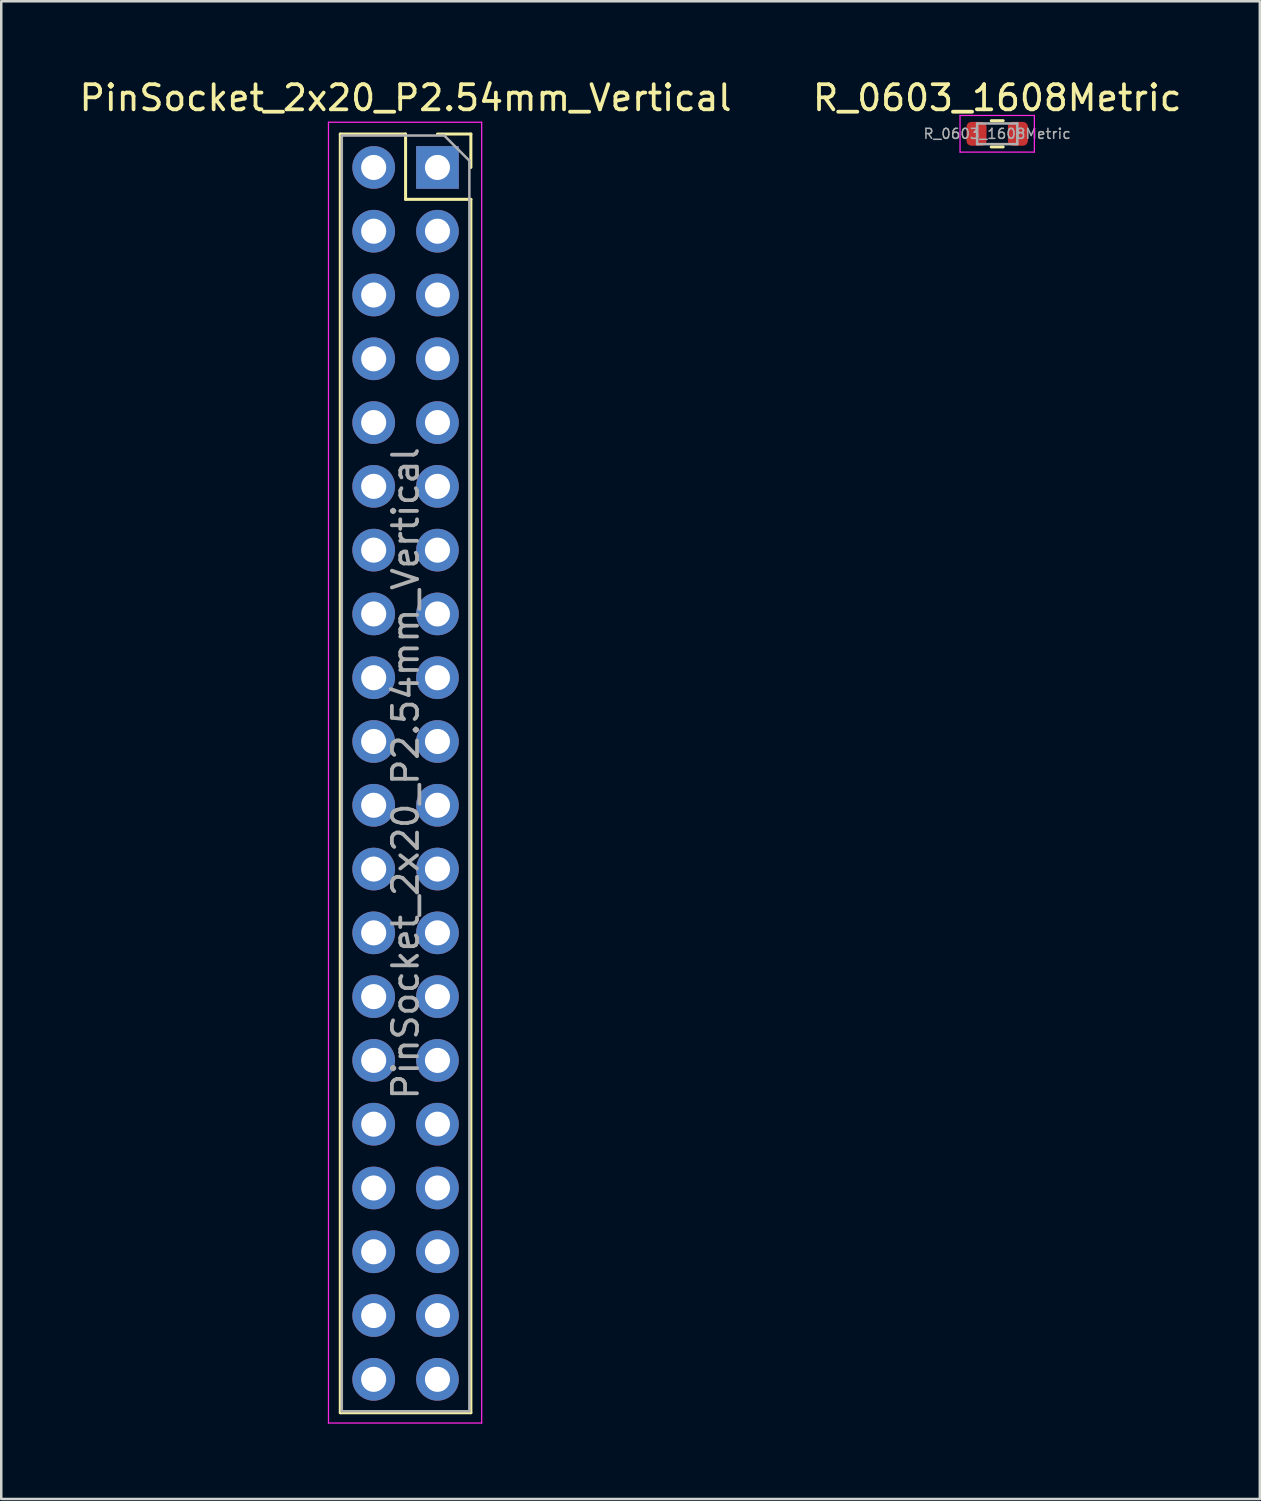
<source format=kicad_pcb>
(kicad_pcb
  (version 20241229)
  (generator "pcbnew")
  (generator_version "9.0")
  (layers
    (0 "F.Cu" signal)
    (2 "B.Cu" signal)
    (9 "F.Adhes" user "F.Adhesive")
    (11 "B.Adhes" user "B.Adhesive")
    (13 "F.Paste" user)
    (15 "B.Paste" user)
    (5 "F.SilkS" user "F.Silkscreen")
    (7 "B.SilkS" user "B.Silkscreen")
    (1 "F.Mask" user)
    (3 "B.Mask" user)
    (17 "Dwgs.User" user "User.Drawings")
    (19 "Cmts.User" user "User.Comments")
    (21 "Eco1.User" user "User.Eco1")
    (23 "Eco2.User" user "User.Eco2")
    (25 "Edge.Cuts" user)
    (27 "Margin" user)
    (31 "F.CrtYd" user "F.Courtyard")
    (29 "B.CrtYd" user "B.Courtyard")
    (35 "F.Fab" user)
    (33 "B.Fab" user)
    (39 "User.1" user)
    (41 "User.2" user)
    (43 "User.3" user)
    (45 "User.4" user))
  (footprint "R_0603_1608Metric"
    (layer "F.Cu")
    (at 36.661 2.278)
    (property "Reference" "R_0603_1608Metric" (at 0 -1.43 0) (layer "F.SilkS") (effects (font (size 1 1) (thickness 0.15))))
    (attr smd)
    (fp_line (start -0.237 -0.522) (end 0.237 -0.522) (stroke (width 0.12) (type solid)) (layer "F.SilkS"))
    (fp_line (start -0.237 0.522) (end 0.237 0.522) (stroke (width 0.12) (type solid)) (layer "F.SilkS"))
    (fp_line (start -1.48 -0.73) (end 1.48 -0.73) (stroke (width 0.05) (type solid)) (layer "F.CrtYd"))
    (fp_line (start -1.48 0.73) (end -1.48 -0.73) (stroke (width 0.05) (type solid)) (layer "F.CrtYd"))
    (fp_line (start 1.48 -0.73) (end 1.48 0.73) (stroke (width 0.05) (type solid)) (layer "F.CrtYd"))
    (fp_line (start 1.48 0.73) (end -1.48 0.73) (stroke (width 0.05) (type solid)) (layer "F.CrtYd"))
    (fp_line (start -0.8 -0.412) (end 0.8 -0.412) (stroke (width 0.1) (type solid)) (layer "F.Fab"))
    (fp_line (start -0.8 0.412) (end -0.8 -0.412) (stroke (width 0.1) (type solid)) (layer "F.Fab"))
    (fp_line (start 0.8 -0.412) (end 0.8 0.412) (stroke (width 0.1) (type solid)) (layer "F.Fab"))
    (fp_line (start 0.8 0.412) (end -0.8 0.412) (stroke (width 0.1) (type solid)) (layer "F.Fab"))
    (fp_text user "${REFERENCE}" (at 0 0 0) (layer "F.Fab") (effects (font (size 0.4 0.4) (thickness 0.06))))
    (pad "1" smd roundrect (at -0.825 0) (size 0.8 0.95) (layers "F.Cu" "F.Mask" "F.Paste") (roundrect_rratio 0.25))
    (pad "2" smd roundrect (at 0.825 0) (size 0.8 0.95) (layers "F.Cu" "F.Mask" "F.Paste") (roundrect_rratio 0.25)))
  (footprint "PinSocket_2x20_P2.54mm_Vertical"
    (layer "F.Cu")
    (at 14.371 3.618)
    (property "Reference" "PinSocket_2x20_P2.54mm_Vertical" (at -1.27 -2.77 0) (layer "F.SilkS") (effects (font (size 1 1) (thickness 0.15))))
    (attr through_hole)
    (fp_line (start -3.87 -1.33) (end -3.87 49.59) (stroke (width 0.12) (type solid)) (layer "F.SilkS"))
    (fp_line (start -3.87 -1.33) (end -1.27 -1.33) (stroke (width 0.12) (type solid)) (layer "F.SilkS"))
    (fp_line (start -3.87 49.59) (end 1.33 49.59) (stroke (width 0.12) (type solid)) (layer "F.SilkS"))
    (fp_line (start -1.27 -1.33) (end -1.27 1.27) (stroke (width 0.12) (type solid)) (layer "F.SilkS"))
    (fp_line (start -1.27 1.27) (end 1.33 1.27) (stroke (width 0.12) (type solid)) (layer "F.SilkS"))
    (fp_line (start 0 -1.33) (end 1.33 -1.33) (stroke (width 0.12) (type solid)) (layer "F.SilkS"))
    (fp_line (start 1.33 -1.33) (end 1.33 0) (stroke (width 0.12) (type solid)) (layer "F.SilkS"))
    (fp_line (start 1.33 1.27) (end 1.33 49.59) (stroke (width 0.12) (type solid)) (layer "F.SilkS"))
    (fp_line (start -4.34 -1.8) (end 1.76 -1.8) (stroke (width 0.05) (type solid)) (layer "F.CrtYd"))
    (fp_line (start -4.34 50) (end -4.34 -1.8) (stroke (width 0.05) (type solid)) (layer "F.CrtYd"))
    (fp_line (start 1.76 -1.8) (end 1.76 50) (stroke (width 0.05) (type solid)) (layer "F.CrtYd"))
    (fp_line (start 1.76 50) (end -4.34 50) (stroke (width 0.05) (type solid)) (layer "F.CrtYd"))
    (fp_line (start -3.81 -1.27) (end 0.27 -1.27) (stroke (width 0.1) (type solid)) (layer "F.Fab"))
    (fp_line (start -3.81 49.53) (end -3.81 -1.27) (stroke (width 0.1) (type solid)) (layer "F.Fab"))
    (fp_line (start 0.27 -1.27) (end 1.27 -0.27) (stroke (width 0.1) (type solid)) (layer "F.Fab"))
    (fp_line (start 1.27 -0.27) (end 1.27 49.53) (stroke (width 0.1) (type solid)) (layer "F.Fab"))
    (fp_line (start 1.27 49.53) (end -3.81 49.53) (stroke (width 0.1) (type solid)) (layer "F.Fab"))
    (fp_text user "${REFERENCE}" (at -1.27 24.13 270) (layer "F.Fab") (effects (font (size 1 1) (thickness 0.15))))
    (pad "1" thru_hole rect (at 0 0) (size 1.7 1.7) (drill 1) (layers "*.Cu" "*.Mask"))
    (pad "2" thru_hole oval (at -2.54 0) (size 1.7 1.7) (drill 1) (layers "*.Cu" "*.Mask"))
    (pad "3" thru_hole oval (at 0 2.54) (size 1.7 1.7) (drill 1) (layers "*.Cu" "*.Mask"))
    (pad "4" thru_hole oval (at -2.54 2.54) (size 1.7 1.7) (drill 1) (layers "*.Cu" "*.Mask"))
    (pad "5" thru_hole oval (at 0 5.08) (size 1.7 1.7) (drill 1) (layers "*.Cu" "*.Mask"))
    (pad "6" thru_hole oval (at -2.54 5.08) (size 1.7 1.7) (drill 1) (layers "*.Cu" "*.Mask"))
    (pad "7" thru_hole oval (at 0 7.62) (size 1.7 1.7) (drill 1) (layers "*.Cu" "*.Mask"))
    (pad "8" thru_hole oval (at -2.54 7.62) (size 1.7 1.7) (drill 1) (layers "*.Cu" "*.Mask"))
    (pad "9" thru_hole oval (at 0 10.16) (size 1.7 1.7) (drill 1) (layers "*.Cu" "*.Mask"))
    (pad "10" thru_hole oval (at -2.54 10.16) (size 1.7 1.7) (drill 1) (layers "*.Cu" "*.Mask"))
    (pad "11" thru_hole oval (at 0 12.7) (size 1.7 1.7) (drill 1) (layers "*.Cu" "*.Mask"))
    (pad "12" thru_hole oval (at -2.54 12.7) (size 1.7 1.7) (drill 1) (layers "*.Cu" "*.Mask"))
    (pad "13" thru_hole oval (at 0 15.24) (size 1.7 1.7) (drill 1) (layers "*.Cu" "*.Mask"))
    (pad "14" thru_hole oval (at -2.54 15.24) (size 1.7 1.7) (drill 1) (layers "*.Cu" "*.Mask"))
    (pad "15" thru_hole oval (at 0 17.78) (size 1.7 1.7) (drill 1) (layers "*.Cu" "*.Mask"))
    (pad "16" thru_hole oval (at -2.54 17.78) (size 1.7 1.7) (drill 1) (layers "*.Cu" "*.Mask"))
    (pad "17" thru_hole oval (at 0 20.32) (size 1.7 1.7) (drill 1) (layers "*.Cu" "*.Mask"))
    (pad "18" thru_hole oval (at -2.54 20.32) (size 1.7 1.7) (drill 1) (layers "*.Cu" "*.Mask"))
    (pad "19" thru_hole oval (at 0 22.86) (size 1.7 1.7) (drill 1) (layers "*.Cu" "*.Mask"))
    (pad "20" thru_hole oval (at -2.54 22.86) (size 1.7 1.7) (drill 1) (layers "*.Cu" "*.Mask"))
    (pad "21" thru_hole oval (at 0 25.4) (size 1.7 1.7) (drill 1) (layers "*.Cu" "*.Mask"))
    (pad "22" thru_hole oval (at -2.54 25.4) (size 1.7 1.7) (drill 1) (layers "*.Cu" "*.Mask"))
    (pad "23" thru_hole oval (at 0 27.94) (size 1.7 1.7) (drill 1) (layers "*.Cu" "*.Mask"))
    (pad "24" thru_hole oval (at -2.54 27.94) (size 1.7 1.7) (drill 1) (layers "*.Cu" "*.Mask"))
    (pad "25" thru_hole oval (at 0 30.48) (size 1.7 1.7) (drill 1) (layers "*.Cu" "*.Mask"))
    (pad "26" thru_hole oval (at -2.54 30.48) (size 1.7 1.7) (drill 1) (layers "*.Cu" "*.Mask"))
    (pad "27" thru_hole oval (at 0 33.02) (size 1.7 1.7) (drill 1) (layers "*.Cu" "*.Mask"))
    (pad "28" thru_hole oval (at -2.54 33.02) (size 1.7 1.7) (drill 1) (layers "*.Cu" "*.Mask"))
    (pad "29" thru_hole oval (at 0 35.56) (size 1.7 1.7) (drill 1) (layers "*.Cu" "*.Mask"))
    (pad "30" thru_hole oval (at -2.54 35.56) (size 1.7 1.7) (drill 1) (layers "*.Cu" "*.Mask"))
    (pad "31" thru_hole oval (at 0 38.1) (size 1.7 1.7) (drill 1) (layers "*.Cu" "*.Mask"))
    (pad "32" thru_hole oval (at -2.54 38.1) (size 1.7 1.7) (drill 1) (layers "*.Cu" "*.Mask"))
    (pad "33" thru_hole oval (at 0 40.64) (size 1.7 1.7) (drill 1) (layers "*.Cu" "*.Mask"))
    (pad "34" thru_hole oval (at -2.54 40.64) (size 1.7 1.7) (drill 1) (layers "*.Cu" "*.Mask"))
    (pad "35" thru_hole oval (at 0 43.18) (size 1.7 1.7) (drill 1) (layers "*.Cu" "*.Mask"))
    (pad "36" thru_hole oval (at -2.54 43.18) (size 1.7 1.7) (drill 1) (layers "*.Cu" "*.Mask"))
    (pad "37" thru_hole oval (at 0 45.72) (size 1.7 1.7) (drill 1) (layers "*.Cu" "*.Mask"))
    (pad "38" thru_hole oval (at -2.54 45.72) (size 1.7 1.7) (drill 1) (layers "*.Cu" "*.Mask"))
    (pad "39" thru_hole oval (at 0 48.26) (size 1.7 1.7) (drill 1) (layers "*.Cu" "*.Mask"))
    (pad "40" thru_hole oval (at -2.54 48.26) (size 1.7 1.7) (drill 1) (layers "*.Cu" "*.Mask")))
  (gr_rect
    (start -3 -3)
    (end 47.119 56.643)
    (stroke (width 0.1) (type default))
    (fill no)
    (layer "Edge.Cuts")))
</source>
